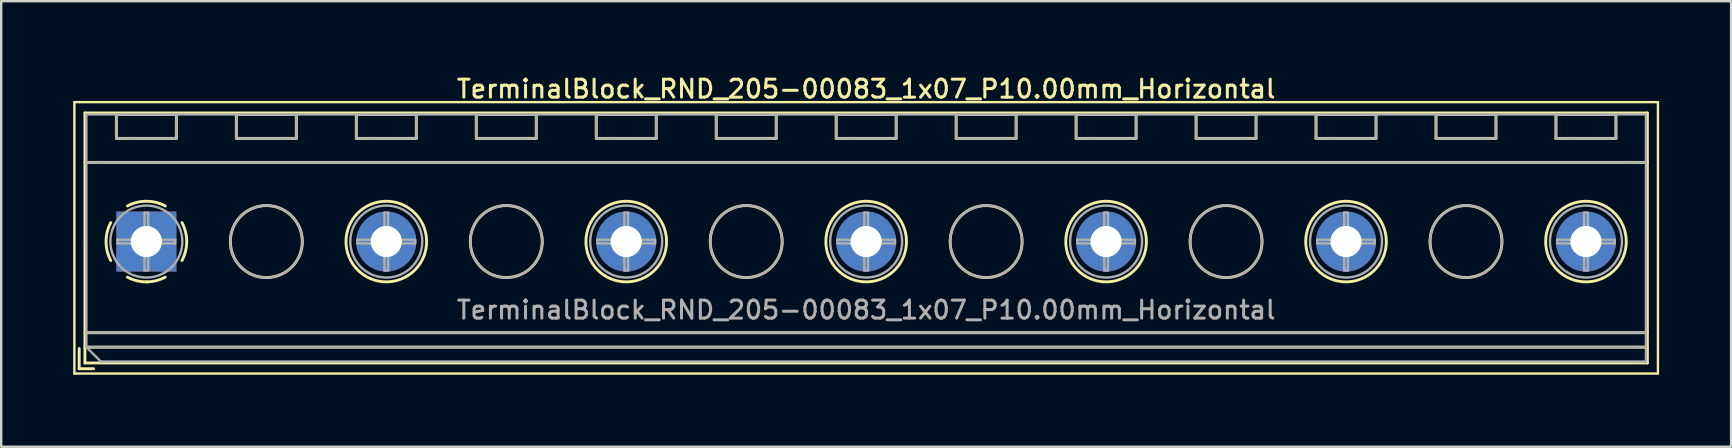
<source format=kicad_pcb>
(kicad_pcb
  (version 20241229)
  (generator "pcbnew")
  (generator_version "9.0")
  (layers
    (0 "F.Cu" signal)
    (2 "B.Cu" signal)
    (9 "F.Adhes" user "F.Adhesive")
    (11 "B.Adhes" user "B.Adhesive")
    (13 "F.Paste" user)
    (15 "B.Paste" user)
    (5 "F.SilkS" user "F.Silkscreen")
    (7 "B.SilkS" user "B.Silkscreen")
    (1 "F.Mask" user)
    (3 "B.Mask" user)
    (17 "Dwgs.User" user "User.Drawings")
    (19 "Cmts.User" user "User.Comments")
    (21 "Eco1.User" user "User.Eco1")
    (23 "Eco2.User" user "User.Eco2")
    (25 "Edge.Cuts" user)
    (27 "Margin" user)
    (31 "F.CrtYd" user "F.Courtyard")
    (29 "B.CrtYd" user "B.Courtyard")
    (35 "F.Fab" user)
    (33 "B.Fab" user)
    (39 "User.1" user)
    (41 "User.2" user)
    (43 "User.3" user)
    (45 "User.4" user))
  (footprint "TerminalBlock_RND_205-00083_1x07_P10.00mm_Horizontal"
    (layer "F.Cu")
    (at 3.05 7.018)
    (property "Reference" "TerminalBlock_RND_205-00083_1x07_P10.00mm_Horizontal" (at 30 -6.36 0) (layer "F.SilkS") (effects (font (size 0.75 0.75) (thickness 0.125))))
    (attr through_hole)
    (fp_line (start -3 -5.81) (end -3 5.5) (stroke (width 0.1) (type solid)) (layer "F.SilkS"))
    (fp_line (start -3 5.5) (end 63 5.5) (stroke (width 0.1) (type solid)) (layer "F.SilkS"))
    (fp_line (start -2.8 4.46) (end -2.8 5.3) (stroke (width 0.12) (type solid)) (layer "F.SilkS"))
    (fp_line (start -2.8 5.3) (end -2.2 5.3) (stroke (width 0.12) (type solid)) (layer "F.SilkS"))
    (fp_line (start -2.56 -5.36) (end -2.56 5.06) (stroke (width 0.12) (type solid)) (layer "F.SilkS"))
    (fp_line (start -2.56 -5.36) (end 62.56 -5.36) (stroke (width 0.12) (type solid)) (layer "F.SilkS"))
    (fp_line (start -2.56 -3.301) (end 62.56 -3.301) (stroke (width 0.12) (type solid)) (layer "F.SilkS"))
    (fp_line (start -2.56 3.8) (end 62.56 3.8) (stroke (width 0.12) (type solid)) (layer "F.SilkS"))
    (fp_line (start -2.56 4.4) (end 62.56 4.4) (stroke (width 0.12) (type solid)) (layer "F.SilkS"))
    (fp_line (start -2.56 5.06) (end 62.56 5.06) (stroke (width 0.12) (type solid)) (layer "F.SilkS"))
    (fp_line (start -1.25 -5.301) (end -1.25 -4.301) (stroke (width 0.12) (type solid)) (layer "F.SilkS"))
    (fp_line (start -1.25 -5.301) (end 1.25 -5.301) (stroke (width 0.12) (type solid)) (layer "F.SilkS"))
    (fp_line (start -1.25 -4.301) (end 1.25 -4.301) (stroke (width 0.12) (type solid)) (layer "F.SilkS"))
    (fp_line (start 1.25 -5.301) (end 1.25 -4.301) (stroke (width 0.12) (type solid)) (layer "F.SilkS"))
    (fp_line (start 3.75 -5.301) (end 3.75 -4.301) (stroke (width 0.12) (type solid)) (layer "F.SilkS"))
    (fp_line (start 3.75 -5.301) (end 6.25 -5.301) (stroke (width 0.12) (type solid)) (layer "F.SilkS"))
    (fp_line (start 3.75 -4.301) (end 6.25 -4.301) (stroke (width 0.12) (type solid)) (layer "F.SilkS"))
    (fp_line (start 6.25 -5.301) (end 6.25 -4.301) (stroke (width 0.12) (type solid)) (layer "F.SilkS"))
    (fp_line (start 8.75 -5.301) (end 8.75 -4.301) (stroke (width 0.12) (type solid)) (layer "F.SilkS"))
    (fp_line (start 8.75 -5.301) (end 11.25 -5.301) (stroke (width 0.12) (type solid)) (layer "F.SilkS"))
    (fp_line (start 8.75 -4.301) (end 11.25 -4.301) (stroke (width 0.12) (type solid)) (layer "F.SilkS"))
    (fp_line (start 11.25 -5.301) (end 11.25 -4.301) (stroke (width 0.12) (type solid)) (layer "F.SilkS"))
    (fp_line (start 13.75 -5.301) (end 13.75 -4.301) (stroke (width 0.12) (type solid)) (layer "F.SilkS"))
    (fp_line (start 13.75 -5.301) (end 16.25 -5.301) (stroke (width 0.12) (type solid)) (layer "F.SilkS"))
    (fp_line (start 13.75 -4.301) (end 16.25 -4.301) (stroke (width 0.12) (type solid)) (layer "F.SilkS"))
    (fp_line (start 16.25 -5.301) (end 16.25 -4.301) (stroke (width 0.12) (type solid)) (layer "F.SilkS"))
    (fp_line (start 18.75 -5.301) (end 18.75 -4.301) (stroke (width 0.12) (type solid)) (layer "F.SilkS"))
    (fp_line (start 18.75 -5.301) (end 21.25 -5.301) (stroke (width 0.12) (type solid)) (layer "F.SilkS"))
    (fp_line (start 18.75 -4.301) (end 21.25 -4.301) (stroke (width 0.12) (type solid)) (layer "F.SilkS"))
    (fp_line (start 21.25 -5.301) (end 21.25 -4.301) (stroke (width 0.12) (type solid)) (layer "F.SilkS"))
    (fp_line (start 23.75 -5.301) (end 23.75 -4.301) (stroke (width 0.12) (type solid)) (layer "F.SilkS"))
    (fp_line (start 23.75 -5.301) (end 26.25 -5.301) (stroke (width 0.12) (type solid)) (layer "F.SilkS"))
    (fp_line (start 23.75 -4.301) (end 26.25 -4.301) (stroke (width 0.12) (type solid)) (layer "F.SilkS"))
    (fp_line (start 26.25 -5.301) (end 26.25 -4.301) (stroke (width 0.12) (type solid)) (layer "F.SilkS"))
    (fp_line (start 28.75 -5.301) (end 28.75 -4.301) (stroke (width 0.12) (type solid)) (layer "F.SilkS"))
    (fp_line (start 28.75 -5.301) (end 31.25 -5.301) (stroke (width 0.12) (type solid)) (layer "F.SilkS"))
    (fp_line (start 28.75 -4.301) (end 31.25 -4.301) (stroke (width 0.12) (type solid)) (layer "F.SilkS"))
    (fp_line (start 31.25 -5.301) (end 31.25 -4.301) (stroke (width 0.12) (type solid)) (layer "F.SilkS"))
    (fp_line (start 33.75 -5.301) (end 33.75 -4.301) (stroke (width 0.12) (type solid)) (layer "F.SilkS"))
    (fp_line (start 33.75 -5.301) (end 36.25 -5.301) (stroke (width 0.12) (type solid)) (layer "F.SilkS"))
    (fp_line (start 33.75 -4.301) (end 36.25 -4.301) (stroke (width 0.12) (type solid)) (layer "F.SilkS"))
    (fp_line (start 36.25 -5.301) (end 36.25 -4.301) (stroke (width 0.12) (type solid)) (layer "F.SilkS"))
    (fp_line (start 38.75 -5.301) (end 38.75 -4.301) (stroke (width 0.12) (type solid)) (layer "F.SilkS"))
    (fp_line (start 38.75 -5.301) (end 41.25 -5.301) (stroke (width 0.12) (type solid)) (layer "F.SilkS"))
    (fp_line (start 38.75 -4.301) (end 41.25 -4.301) (stroke (width 0.12) (type solid)) (layer "F.SilkS"))
    (fp_line (start 41.25 -5.301) (end 41.25 -4.301) (stroke (width 0.12) (type solid)) (layer "F.SilkS"))
    (fp_line (start 43.75 -5.301) (end 43.75 -4.301) (stroke (width 0.12) (type solid)) (layer "F.SilkS"))
    (fp_line (start 43.75 -5.301) (end 46.25 -5.301) (stroke (width 0.12) (type solid)) (layer "F.SilkS"))
    (fp_line (start 43.75 -4.301) (end 46.25 -4.301) (stroke (width 0.12) (type solid)) (layer "F.SilkS"))
    (fp_line (start 46.25 -5.301) (end 46.25 -4.301) (stroke (width 0.12) (type solid)) (layer "F.SilkS"))
    (fp_line (start 48.75 -5.301) (end 48.75 -4.301) (stroke (width 0.12) (type solid)) (layer "F.SilkS"))
    (fp_line (start 48.75 -5.301) (end 51.25 -5.301) (stroke (width 0.12) (type solid)) (layer "F.SilkS"))
    (fp_line (start 48.75 -4.301) (end 51.25 -4.301) (stroke (width 0.12) (type solid)) (layer "F.SilkS"))
    (fp_line (start 51.25 -5.301) (end 51.25 -4.301) (stroke (width 0.12) (type solid)) (layer "F.SilkS"))
    (fp_line (start 53.75 -5.301) (end 53.75 -4.301) (stroke (width 0.12) (type solid)) (layer "F.SilkS"))
    (fp_line (start 53.75 -5.301) (end 56.25 -5.301) (stroke (width 0.12) (type solid)) (layer "F.SilkS"))
    (fp_line (start 53.75 -4.301) (end 56.25 -4.301) (stroke (width 0.12) (type solid)) (layer "F.SilkS"))
    (fp_line (start 56.25 -5.301) (end 56.25 -4.301) (stroke (width 0.12) (type solid)) (layer "F.SilkS"))
    (fp_line (start 58.75 -5.301) (end 58.75 -4.301) (stroke (width 0.12) (type solid)) (layer "F.SilkS"))
    (fp_line (start 58.75 -5.301) (end 61.25 -5.301) (stroke (width 0.12) (type solid)) (layer "F.SilkS"))
    (fp_line (start 58.75 -4.301) (end 61.25 -4.301) (stroke (width 0.12) (type solid)) (layer "F.SilkS"))
    (fp_line (start 61.25 -5.301) (end 61.25 -4.301) (stroke (width 0.12) (type solid)) (layer "F.SilkS"))
    (fp_line (start 62.56 -5.36) (end 62.56 5.06) (stroke (width 0.12) (type solid)) (layer "F.SilkS"))
    (fp_line (start 63 -5.81) (end -3 -5.81) (stroke (width 0.1) (type solid)) (layer "F.SilkS"))
    (fp_line (start 63 5.5) (end 63 -5.81) (stroke (width 0.1) (type solid)) (layer "F.SilkS"))
    (fp_arc (start -1.483953 0.789089) (mid -1.680708 0.00005) (end -1.484 -0.789) (stroke (width 0.12) (type solid)) (layer "F.SilkS"))
    (fp_arc (start -0.789089 -1.483953) (mid -0.00005 -1.680708) (end 0.789 -1.484) (stroke (width 0.12) (type solid)) (layer "F.SilkS"))
    (fp_arc (start 0.029383 1.68045) (mid -0.392304 1.634281) (end -0.789 1.484) (stroke (width 0.12) (type solid)) (layer "F.SilkS"))
    (fp_arc (start 0.788712 1.483352) (mid 0.406429 1.630097) (end 0 1.68) (stroke (width 0.12) (type solid)) (layer "F.SilkS"))
    (fp_arc (start 1.483953 -0.789089) (mid 1.680708 -0.00005) (end 1.484 0.789) (stroke (width 0.12) (type solid)) (layer "F.SilkS"))
    (fp_circle (center 5 0) (end 6.5 0) (stroke (width 0.12) (type solid)) (fill no) (layer "F.SilkS"))
    (fp_circle (center 10 0) (end 11.68 0) (stroke (width 0.12) (type solid)) (fill no) (layer "F.SilkS"))
    (fp_circle (center 15 0) (end 16.5 0) (stroke (width 0.12) (type solid)) (fill no) (layer "F.SilkS"))
    (fp_circle (center 20 0) (end 21.68 0) (stroke (width 0.12) (type solid)) (fill no) (layer "F.SilkS"))
    (fp_circle (center 25 0) (end 26.5 0) (stroke (width 0.12) (type solid)) (fill no) (layer "F.SilkS"))
    (fp_circle (center 30 0) (end 31.68 0) (stroke (width 0.12) (type solid)) (fill no) (layer "F.SilkS"))
    (fp_circle (center 35 0) (end 36.5 0) (stroke (width 0.12) (type solid)) (fill no) (layer "F.SilkS"))
    (fp_circle (center 40 0) (end 41.68 0) (stroke (width 0.12) (type solid)) (fill no) (layer "F.SilkS"))
    (fp_circle (center 45 0) (end 46.5 0) (stroke (width 0.12) (type solid)) (fill no) (layer "F.SilkS"))
    (fp_circle (center 50 0) (end 51.68 0) (stroke (width 0.12) (type solid)) (fill no) (layer "F.SilkS"))
    (fp_circle (center 55 0) (end 56.5 0) (stroke (width 0.12) (type solid)) (fill no) (layer "F.SilkS"))
    (fp_circle (center 60 0) (end 61.68 0) (stroke (width 0.12) (type solid)) (fill no) (layer "F.SilkS"))
    (fp_line (start -2.5 -5.3) (end 62.5 -5.3) (stroke (width 0.1) (type solid)) (layer "F.Fab"))
    (fp_line (start -2.5 -3.3) (end 62.5 -3.3) (stroke (width 0.1) (type solid)) (layer "F.Fab"))
    (fp_line (start -2.5 3.8) (end 62.5 3.8) (stroke (width 0.1) (type solid)) (layer "F.Fab"))
    (fp_line (start -2.5 4.4) (end -2.5 -5.3) (stroke (width 0.1) (type solid)) (layer "F.Fab"))
    (fp_line (start -2.5 4.4) (end 62.5 4.4) (stroke (width 0.1) (type solid)) (layer "F.Fab"))
    (fp_line (start -1.9 5) (end -2.5 4.4) (stroke (width 0.1) (type solid)) (layer "F.Fab"))
    (fp_line (start -1.25 -5.3) (end -1.25 -4.3) (stroke (width 0.1) (type solid)) (layer "F.Fab"))
    (fp_line (start -1.25 -4.3) (end 1.25 -4.3) (stroke (width 0.1) (type solid)) (layer "F.Fab"))
    (fp_line (start -1.201 -0.076) (end -0.076 -0.076) (stroke (width 0.1) (type solid)) (layer "F.Fab"))
    (fp_line (start -1.201 0.076) (end -1.201 -0.076) (stroke (width 0.1) (type solid)) (layer "F.Fab"))
    (fp_line (start -0.076 -1.201) (end 0.076 -1.201) (stroke (width 0.1) (type solid)) (layer "F.Fab"))
    (fp_line (start -0.076 -0.076) (end -0.076 -1.201) (stroke (width 0.1) (type solid)) (layer "F.Fab"))
    (fp_line (start -0.076 0.076) (end -1.201 0.076) (stroke (width 0.1) (type solid)) (layer "F.Fab"))
    (fp_line (start -0.076 1.201) (end -0.076 0.076) (stroke (width 0.1) (type solid)) (layer "F.Fab"))
    (fp_line (start 0.076 -1.201) (end 0.076 -0.076) (stroke (width 0.1) (type solid)) (layer "F.Fab"))
    (fp_line (start 0.076 -0.076) (end 1.201 -0.076) (stroke (width 0.1) (type solid)) (layer "F.Fab"))
    (fp_line (start 0.076 0.076) (end 0.076 1.201) (stroke (width 0.1) (type solid)) (layer "F.Fab"))
    (fp_line (start 0.076 1.201) (end -0.076 1.201) (stroke (width 0.1) (type solid)) (layer "F.Fab"))
    (fp_line (start 1.201 -0.076) (end 1.201 0.076) (stroke (width 0.1) (type solid)) (layer "F.Fab"))
    (fp_line (start 1.201 0.076) (end 0.076 0.076) (stroke (width 0.1) (type solid)) (layer "F.Fab"))
    (fp_line (start 1.25 -5.3) (end -1.25 -5.3) (stroke (width 0.1) (type solid)) (layer "F.Fab"))
    (fp_line (start 1.25 -4.3) (end 1.25 -5.3) (stroke (width 0.1) (type solid)) (layer "F.Fab"))
    (fp_line (start 3.75 -5.3) (end 3.75 -4.3) (stroke (width 0.1) (type solid)) (layer "F.Fab"))
    (fp_line (start 3.75 -4.3) (end 6.25 -4.3) (stroke (width 0.1) (type solid)) (layer "F.Fab"))
    (fp_line (start 6.25 -5.3) (end 3.75 -5.3) (stroke (width 0.1) (type solid)) (layer "F.Fab"))
    (fp_line (start 6.25 -4.3) (end 6.25 -5.3) (stroke (width 0.1) (type solid)) (layer "F.Fab"))
    (fp_line (start 8.75 -5.3) (end 8.75 -4.3) (stroke (width 0.1) (type solid)) (layer "F.Fab"))
    (fp_line (start 8.75 -4.3) (end 11.25 -4.3) (stroke (width 0.1) (type solid)) (layer "F.Fab"))
    (fp_line (start 8.799 -0.076) (end 9.924 -0.076) (stroke (width 0.1) (type solid)) (layer "F.Fab"))
    (fp_line (start 8.799 0.076) (end 8.799 -0.076) (stroke (width 0.1) (type solid)) (layer "F.Fab"))
    (fp_line (start 9.924 -1.201) (end 10.076 -1.201) (stroke (width 0.1) (type solid)) (layer "F.Fab"))
    (fp_line (start 9.924 -0.076) (end 9.924 -1.201) (stroke (width 0.1) (type solid)) (layer "F.Fab"))
    (fp_line (start 9.924 0.076) (end 8.799 0.076) (stroke (width 0.1) (type solid)) (layer "F.Fab"))
    (fp_line (start 9.924 1.201) (end 9.924 0.076) (stroke (width 0.1) (type solid)) (layer "F.Fab"))
    (fp_line (start 10.076 -1.201) (end 10.076 -0.076) (stroke (width 0.1) (type solid)) (layer "F.Fab"))
    (fp_line (start 10.076 -0.076) (end 11.201 -0.076) (stroke (width 0.1) (type solid)) (layer "F.Fab"))
    (fp_line (start 10.076 0.076) (end 10.076 1.201) (stroke (width 0.1) (type solid)) (layer "F.Fab"))
    (fp_line (start 10.076 1.201) (end 9.924 1.201) (stroke (width 0.1) (type solid)) (layer "F.Fab"))
    (fp_line (start 11.201 -0.076) (end 11.201 0.076) (stroke (width 0.1) (type solid)) (layer "F.Fab"))
    (fp_line (start 11.201 0.076) (end 10.076 0.076) (stroke (width 0.1) (type solid)) (layer "F.Fab"))
    (fp_line (start 11.25 -5.3) (end 8.75 -5.3) (stroke (width 0.1) (type solid)) (layer "F.Fab"))
    (fp_line (start 11.25 -4.3) (end 11.25 -5.3) (stroke (width 0.1) (type solid)) (layer "F.Fab"))
    (fp_line (start 13.75 -5.3) (end 13.75 -4.3) (stroke (width 0.1) (type solid)) (layer "F.Fab"))
    (fp_line (start 13.75 -4.3) (end 16.25 -4.3) (stroke (width 0.1) (type solid)) (layer "F.Fab"))
    (fp_line (start 16.25 -5.3) (end 13.75 -5.3) (stroke (width 0.1) (type solid)) (layer "F.Fab"))
    (fp_line (start 16.25 -4.3) (end 16.25 -5.3) (stroke (width 0.1) (type solid)) (layer "F.Fab"))
    (fp_line (start 18.75 -5.3) (end 18.75 -4.3) (stroke (width 0.1) (type solid)) (layer "F.Fab"))
    (fp_line (start 18.75 -4.3) (end 21.25 -4.3) (stroke (width 0.1) (type solid)) (layer "F.Fab"))
    (fp_line (start 18.799 -0.076) (end 19.924 -0.076) (stroke (width 0.1) (type solid)) (layer "F.Fab"))
    (fp_line (start 18.799 0.076) (end 18.799 -0.076) (stroke (width 0.1) (type solid)) (layer "F.Fab"))
    (fp_line (start 19.924 -1.201) (end 20.076 -1.201) (stroke (width 0.1) (type solid)) (layer "F.Fab"))
    (fp_line (start 19.924 -0.076) (end 19.924 -1.201) (stroke (width 0.1) (type solid)) (layer "F.Fab"))
    (fp_line (start 19.924 0.076) (end 18.799 0.076) (stroke (width 0.1) (type solid)) (layer "F.Fab"))
    (fp_line (start 19.924 1.201) (end 19.924 0.076) (stroke (width 0.1) (type solid)) (layer "F.Fab"))
    (fp_line (start 20.076 -1.201) (end 20.076 -0.076) (stroke (width 0.1) (type solid)) (layer "F.Fab"))
    (fp_line (start 20.076 -0.076) (end 21.201 -0.076) (stroke (width 0.1) (type solid)) (layer "F.Fab"))
    (fp_line (start 20.076 0.076) (end 20.076 1.201) (stroke (width 0.1) (type solid)) (layer "F.Fab"))
    (fp_line (start 20.076 1.201) (end 19.924 1.201) (stroke (width 0.1) (type solid)) (layer "F.Fab"))
    (fp_line (start 21.201 -0.076) (end 21.201 0.076) (stroke (width 0.1) (type solid)) (layer "F.Fab"))
    (fp_line (start 21.201 0.076) (end 20.076 0.076) (stroke (width 0.1) (type solid)) (layer "F.Fab"))
    (fp_line (start 21.25 -5.3) (end 18.75 -5.3) (stroke (width 0.1) (type solid)) (layer "F.Fab"))
    (fp_line (start 21.25 -4.3) (end 21.25 -5.3) (stroke (width 0.1) (type solid)) (layer "F.Fab"))
    (fp_line (start 23.75 -5.3) (end 23.75 -4.3) (stroke (width 0.1) (type solid)) (layer "F.Fab"))
    (fp_line (start 23.75 -4.3) (end 26.25 -4.3) (stroke (width 0.1) (type solid)) (layer "F.Fab"))
    (fp_line (start 26.25 -5.3) (end 23.75 -5.3) (stroke (width 0.1) (type solid)) (layer "F.Fab"))
    (fp_line (start 26.25 -4.3) (end 26.25 -5.3) (stroke (width 0.1) (type solid)) (layer "F.Fab"))
    (fp_line (start 28.75 -5.3) (end 28.75 -4.3) (stroke (width 0.1) (type solid)) (layer "F.Fab"))
    (fp_line (start 28.75 -4.3) (end 31.25 -4.3) (stroke (width 0.1) (type solid)) (layer "F.Fab"))
    (fp_line (start 28.799 -0.076) (end 29.924 -0.076) (stroke (width 0.1) (type solid)) (layer "F.Fab"))
    (fp_line (start 28.799 0.076) (end 28.799 -0.076) (stroke (width 0.1) (type solid)) (layer "F.Fab"))
    (fp_line (start 29.924 -1.201) (end 30.076 -1.201) (stroke (width 0.1) (type solid)) (layer "F.Fab"))
    (fp_line (start 29.924 -0.076) (end 29.924 -1.201) (stroke (width 0.1) (type solid)) (layer "F.Fab"))
    (fp_line (start 29.924 0.076) (end 28.799 0.076) (stroke (width 0.1) (type solid)) (layer "F.Fab"))
    (fp_line (start 29.924 1.201) (end 29.924 0.076) (stroke (width 0.1) (type solid)) (layer "F.Fab"))
    (fp_line (start 30.076 -1.201) (end 30.076 -0.076) (stroke (width 0.1) (type solid)) (layer "F.Fab"))
    (fp_line (start 30.076 -0.076) (end 31.201 -0.076) (stroke (width 0.1) (type solid)) (layer "F.Fab"))
    (fp_line (start 30.076 0.076) (end 30.076 1.201) (stroke (width 0.1) (type solid)) (layer "F.Fab"))
    (fp_line (start 30.076 1.201) (end 29.924 1.201) (stroke (width 0.1) (type solid)) (layer "F.Fab"))
    (fp_line (start 31.201 -0.076) (end 31.201 0.076) (stroke (width 0.1) (type solid)) (layer "F.Fab"))
    (fp_line (start 31.201 0.076) (end 30.076 0.076) (stroke (width 0.1) (type solid)) (layer "F.Fab"))
    (fp_line (start 31.25 -5.3) (end 28.75 -5.3) (stroke (width 0.1) (type solid)) (layer "F.Fab"))
    (fp_line (start 31.25 -4.3) (end 31.25 -5.3) (stroke (width 0.1) (type solid)) (layer "F.Fab"))
    (fp_line (start 33.75 -5.3) (end 33.75 -4.3) (stroke (width 0.1) (type solid)) (layer "F.Fab"))
    (fp_line (start 33.75 -4.3) (end 36.25 -4.3) (stroke (width 0.1) (type solid)) (layer "F.Fab"))
    (fp_line (start 36.25 -5.3) (end 33.75 -5.3) (stroke (width 0.1) (type solid)) (layer "F.Fab"))
    (fp_line (start 36.25 -4.3) (end 36.25 -5.3) (stroke (width 0.1) (type solid)) (layer "F.Fab"))
    (fp_line (start 38.75 -5.3) (end 38.75 -4.3) (stroke (width 0.1) (type solid)) (layer "F.Fab"))
    (fp_line (start 38.75 -4.3) (end 41.25 -4.3) (stroke (width 0.1) (type solid)) (layer "F.Fab"))
    (fp_line (start 38.799 -0.076) (end 39.924 -0.076) (stroke (width 0.1) (type solid)) (layer "F.Fab"))
    (fp_line (start 38.799 0.076) (end 38.799 -0.076) (stroke (width 0.1) (type solid)) (layer "F.Fab"))
    (fp_line (start 39.924 -1.201) (end 40.076 -1.201) (stroke (width 0.1) (type solid)) (layer "F.Fab"))
    (fp_line (start 39.924 -0.076) (end 39.924 -1.201) (stroke (width 0.1) (type solid)) (layer "F.Fab"))
    (fp_line (start 39.924 0.076) (end 38.799 0.076) (stroke (width 0.1) (type solid)) (layer "F.Fab"))
    (fp_line (start 39.924 1.201) (end 39.924 0.076) (stroke (width 0.1) (type solid)) (layer "F.Fab"))
    (fp_line (start 40.076 -1.201) (end 40.076 -0.076) (stroke (width 0.1) (type solid)) (layer "F.Fab"))
    (fp_line (start 40.076 -0.076) (end 41.201 -0.076) (stroke (width 0.1) (type solid)) (layer "F.Fab"))
    (fp_line (start 40.076 0.076) (end 40.076 1.201) (stroke (width 0.1) (type solid)) (layer "F.Fab"))
    (fp_line (start 40.076 1.201) (end 39.924 1.201) (stroke (width 0.1) (type solid)) (layer "F.Fab"))
    (fp_line (start 41.201 -0.076) (end 41.201 0.076) (stroke (width 0.1) (type solid)) (layer "F.Fab"))
    (fp_line (start 41.201 0.076) (end 40.076 0.076) (stroke (width 0.1) (type solid)) (layer "F.Fab"))
    (fp_line (start 41.25 -5.3) (end 38.75 -5.3) (stroke (width 0.1) (type solid)) (layer "F.Fab"))
    (fp_line (start 41.25 -4.3) (end 41.25 -5.3) (stroke (width 0.1) (type solid)) (layer "F.Fab"))
    (fp_line (start 43.75 -5.3) (end 43.75 -4.3) (stroke (width 0.1) (type solid)) (layer "F.Fab"))
    (fp_line (start 43.75 -4.3) (end 46.25 -4.3) (stroke (width 0.1) (type solid)) (layer "F.Fab"))
    (fp_line (start 46.25 -5.3) (end 43.75 -5.3) (stroke (width 0.1) (type solid)) (layer "F.Fab"))
    (fp_line (start 46.25 -4.3) (end 46.25 -5.3) (stroke (width 0.1) (type solid)) (layer "F.Fab"))
    (fp_line (start 48.75 -5.3) (end 48.75 -4.3) (stroke (width 0.1) (type solid)) (layer "F.Fab"))
    (fp_line (start 48.75 -4.3) (end 51.25 -4.3) (stroke (width 0.1) (type solid)) (layer "F.Fab"))
    (fp_line (start 48.799 -0.076) (end 49.924 -0.076) (stroke (width 0.1) (type solid)) (layer "F.Fab"))
    (fp_line (start 48.799 0.076) (end 48.799 -0.076) (stroke (width 0.1) (type solid)) (layer "F.Fab"))
    (fp_line (start 49.924 -1.201) (end 50.076 -1.201) (stroke (width 0.1) (type solid)) (layer "F.Fab"))
    (fp_line (start 49.924 -0.076) (end 49.924 -1.201) (stroke (width 0.1) (type solid)) (layer "F.Fab"))
    (fp_line (start 49.924 0.076) (end 48.799 0.076) (stroke (width 0.1) (type solid)) (layer "F.Fab"))
    (fp_line (start 49.924 1.201) (end 49.924 0.076) (stroke (width 0.1) (type solid)) (layer "F.Fab"))
    (fp_line (start 50.076 -1.201) (end 50.076 -0.076) (stroke (width 0.1) (type solid)) (layer "F.Fab"))
    (fp_line (start 50.076 -0.076) (end 51.201 -0.076) (stroke (width 0.1) (type solid)) (layer "F.Fab"))
    (fp_line (start 50.076 0.076) (end 50.076 1.201) (stroke (width 0.1) (type solid)) (layer "F.Fab"))
    (fp_line (start 50.076 1.201) (end 49.924 1.201) (stroke (width 0.1) (type solid)) (layer "F.Fab"))
    (fp_line (start 51.201 -0.076) (end 51.201 0.076) (stroke (width 0.1) (type solid)) (layer "F.Fab"))
    (fp_line (start 51.201 0.076) (end 50.076 0.076) (stroke (width 0.1) (type solid)) (layer "F.Fab"))
    (fp_line (start 51.25 -5.3) (end 48.75 -5.3) (stroke (width 0.1) (type solid)) (layer "F.Fab"))
    (fp_line (start 51.25 -4.3) (end 51.25 -5.3) (stroke (width 0.1) (type solid)) (layer "F.Fab"))
    (fp_line (start 53.75 -5.3) (end 53.75 -4.3) (stroke (width 0.1) (type solid)) (layer "F.Fab"))
    (fp_line (start 53.75 -4.3) (end 56.25 -4.3) (stroke (width 0.1) (type solid)) (layer "F.Fab"))
    (fp_line (start 56.25 -5.3) (end 53.75 -5.3) (stroke (width 0.1) (type solid)) (layer "F.Fab"))
    (fp_line (start 56.25 -4.3) (end 56.25 -5.3) (stroke (width 0.1) (type solid)) (layer "F.Fab"))
    (fp_line (start 58.75 -5.3) (end 58.75 -4.3) (stroke (width 0.1) (type solid)) (layer "F.Fab"))
    (fp_line (start 58.75 -4.3) (end 61.25 -4.3) (stroke (width 0.1) (type solid)) (layer "F.Fab"))
    (fp_line (start 58.799 -0.076) (end 59.924 -0.076) (stroke (width 0.1) (type solid)) (layer "F.Fab"))
    (fp_line (start 58.799 0.076) (end 58.799 -0.076) (stroke (width 0.1) (type solid)) (layer "F.Fab"))
    (fp_line (start 59.924 -1.201) (end 60.076 -1.201) (stroke (width 0.1) (type solid)) (layer "F.Fab"))
    (fp_line (start 59.924 -0.076) (end 59.924 -1.201) (stroke (width 0.1) (type solid)) (layer "F.Fab"))
    (fp_line (start 59.924 0.076) (end 58.799 0.076) (stroke (width 0.1) (type solid)) (layer "F.Fab"))
    (fp_line (start 59.924 1.201) (end 59.924 0.076) (stroke (width 0.1) (type solid)) (layer "F.Fab"))
    (fp_line (start 60.076 -1.201) (end 60.076 -0.076) (stroke (width 0.1) (type solid)) (layer "F.Fab"))
    (fp_line (start 60.076 -0.076) (end 61.201 -0.076) (stroke (width 0.1) (type solid)) (layer "F.Fab"))
    (fp_line (start 60.076 0.076) (end 60.076 1.201) (stroke (width 0.1) (type solid)) (layer "F.Fab"))
    (fp_line (start 60.076 1.201) (end 59.924 1.201) (stroke (width 0.1) (type solid)) (layer "F.Fab"))
    (fp_line (start 61.201 -0.076) (end 61.201 0.076) (stroke (width 0.1) (type solid)) (layer "F.Fab"))
    (fp_line (start 61.201 0.076) (end 60.076 0.076) (stroke (width 0.1) (type solid)) (layer "F.Fab"))
    (fp_line (start 61.25 -5.3) (end 58.75 -5.3) (stroke (width 0.1) (type solid)) (layer "F.Fab"))
    (fp_line (start 61.25 -4.3) (end 61.25 -5.3) (stroke (width 0.1) (type solid)) (layer "F.Fab"))
    (fp_line (start 62.5 -5.3) (end 62.5 5) (stroke (width 0.1) (type solid)) (layer "F.Fab"))
    (fp_line (start 62.5 5) (end -1.9 5) (stroke (width 0.1) (type solid)) (layer "F.Fab"))
    (fp_circle (center 0 0) (end 1.5 0) (stroke (width 0.1) (type solid)) (fill no) (layer "F.Fab"))
    (fp_circle (center 5 0) (end 6.5 0) (stroke (width 0.1) (type solid)) (fill no) (layer "F.Fab"))
    (fp_circle (center 10 0) (end 11.5 0) (stroke (width 0.1) (type solid)) (fill no) (layer "F.Fab"))
    (fp_circle (center 15 0) (end 16.5 0) (stroke (width 0.1) (type solid)) (fill no) (layer "F.Fab"))
    (fp_circle (center 20 0) (end 21.5 0) (stroke (width 0.1) (type solid)) (fill no) (layer "F.Fab"))
    (fp_circle (center 25 0) (end 26.5 0) (stroke (width 0.1) (type solid)) (fill no) (layer "F.Fab"))
    (fp_circle (center 30 0) (end 31.5 0) (stroke (width 0.1) (type solid)) (fill no) (layer "F.Fab"))
    (fp_circle (center 35 0) (end 36.5 0) (stroke (width 0.1) (type solid)) (fill no) (layer "F.Fab"))
    (fp_circle (center 40 0) (end 41.5 0) (stroke (width 0.1) (type solid)) (fill no) (layer "F.Fab"))
    (fp_circle (center 45 0) (end 46.5 0) (stroke (width 0.1) (type solid)) (fill no) (layer "F.Fab"))
    (fp_circle (center 50 0) (end 51.5 0) (stroke (width 0.1) (type solid)) (fill no) (layer "F.Fab"))
    (fp_circle (center 55 0) (end 56.5 0) (stroke (width 0.1) (type solid)) (fill no) (layer "F.Fab"))
    (fp_circle (center 60 0) (end 61.5 0) (stroke (width 0.1) (type solid)) (fill no) (layer "F.Fab"))
    (fp_text user "${REFERENCE}" (at 30 2.85 0) (layer "F.Fab") (effects (font (size 0.75 0.75) (thickness 0.125))))
    (pad "1" thru_hole rect (at 0 0) (size 2.5 2.5) (drill 1.3) (layers "*.Cu" "*.Mask"))
    (pad "2" thru_hole circle (at 10 0) (size 2.5 2.5) (drill 1.3) (layers "*.Cu" "*.Mask"))
    (pad "3" thru_hole circle (at 20 0) (size 2.5 2.5) (drill 1.3) (layers "*.Cu" "*.Mask"))
    (pad "4" thru_hole circle (at 30 0) (size 2.5 2.5) (drill 1.3) (layers "*.Cu" "*.Mask"))
    (pad "5" thru_hole circle (at 40 0) (size 2.5 2.5) (drill 1.3) (layers "*.Cu" "*.Mask"))
    (pad "6" thru_hole circle (at 50 0) (size 2.5 2.5) (drill 1.3) (layers "*.Cu" "*.Mask"))
    (pad "7" thru_hole circle (at 60 0) (size 2.5 2.5) (drill 1.3) (layers "*.Cu" "*.Mask")))
  (gr_rect
    (start -3 -3)
    (end 69.1 15.568)
    (stroke (width 0.1) (type default))
    (fill no)
    (layer "Edge.Cuts")))
</source>
